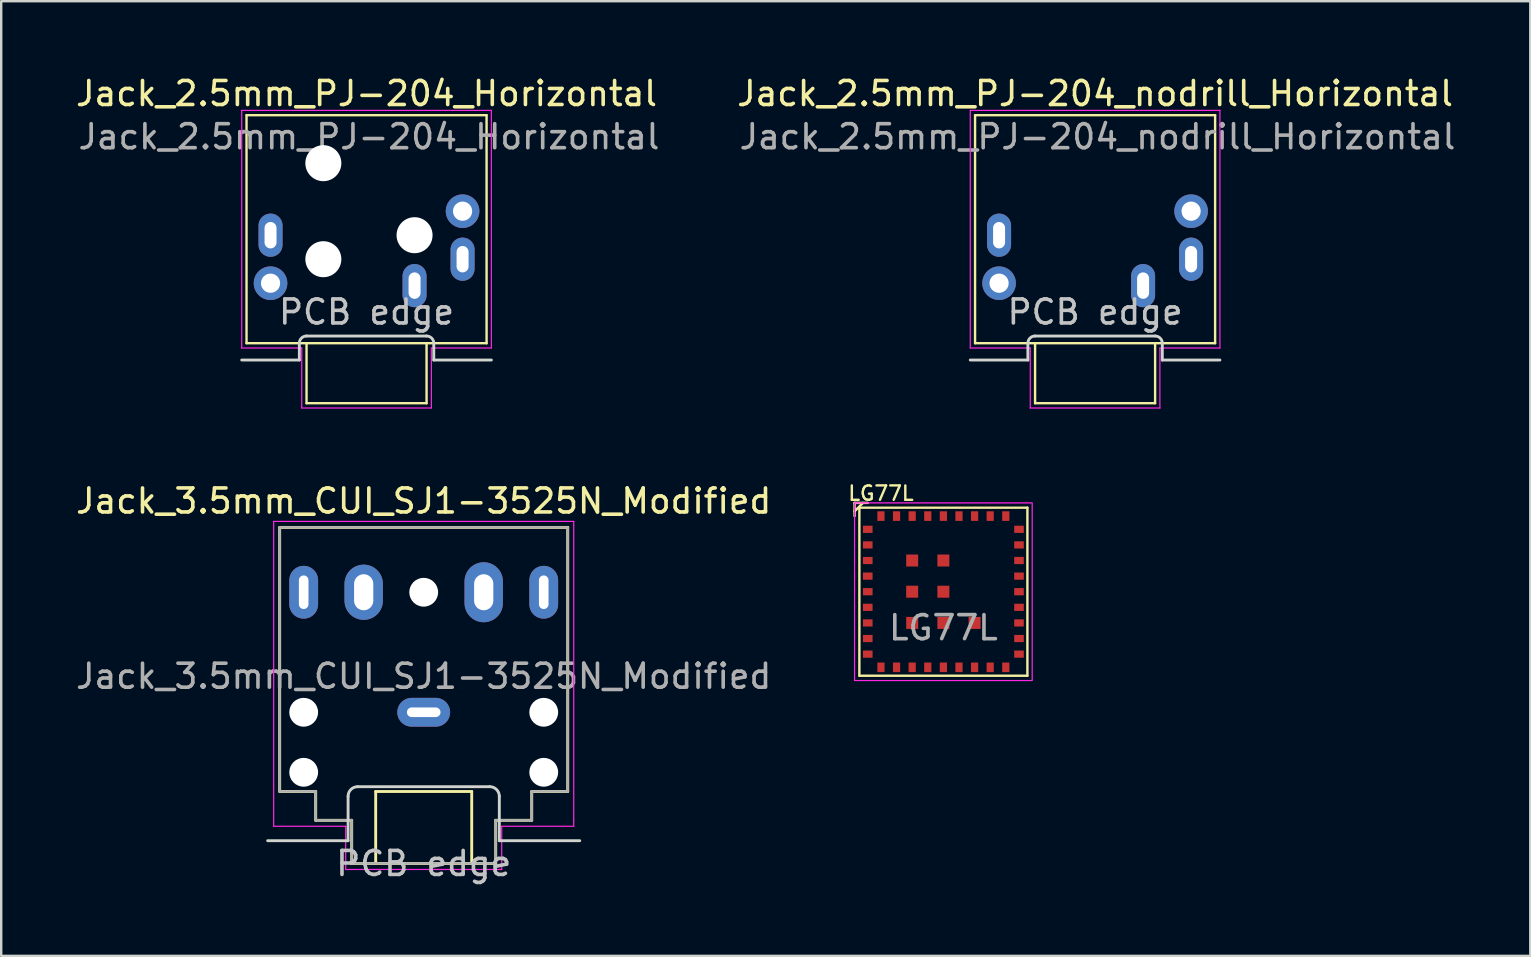
<source format=kicad_pcb>
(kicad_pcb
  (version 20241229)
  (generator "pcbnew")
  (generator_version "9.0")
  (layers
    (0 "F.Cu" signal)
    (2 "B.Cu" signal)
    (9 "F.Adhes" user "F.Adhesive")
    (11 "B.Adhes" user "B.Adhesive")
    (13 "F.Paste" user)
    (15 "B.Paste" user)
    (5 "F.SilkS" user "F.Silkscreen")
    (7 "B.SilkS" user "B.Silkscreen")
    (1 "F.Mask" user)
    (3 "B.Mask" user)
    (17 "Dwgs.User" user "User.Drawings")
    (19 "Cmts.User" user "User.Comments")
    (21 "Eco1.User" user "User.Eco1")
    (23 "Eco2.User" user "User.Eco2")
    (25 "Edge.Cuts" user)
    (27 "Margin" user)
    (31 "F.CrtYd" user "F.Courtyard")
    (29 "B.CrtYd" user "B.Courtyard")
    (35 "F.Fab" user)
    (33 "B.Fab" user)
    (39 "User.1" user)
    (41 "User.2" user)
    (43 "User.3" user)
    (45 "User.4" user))
  (footprint "LG77L"
    (layer "F.Cu")
    (at 36.25 21.6)
    (property "Reference" "LG77L" (at -2.6 -4.1 0) (unlocked yes) (layer "F.SilkS") (effects (font (size 0.6 0.6) (thickness 0.1))))
    (attr smd)
    (fp_line (start -3.7 -3.7) (end -3.15 -3.7) (stroke (width 0.1) (type solid)) (layer "F.SilkS"))
    (fp_line (start -3.7 -3.35) (end -3.35 -3.7) (stroke (width 0.1) (type solid)) (layer "F.SilkS"))
    (fp_line (start -3.7 -3.15) (end -3.7 -3.7) (stroke (width 0.1) (type solid)) (layer "F.SilkS"))
    (fp_line (start -3.5 -3.5) (end 3.5 -3.5) (stroke (width 0.1) (type solid)) (layer "F.SilkS"))
    (fp_line (start -3.5 3.5) (end -3.5 -3.5) (stroke (width 0.1) (type solid)) (layer "F.SilkS"))
    (fp_line (start -3.5 3.5) (end 3.5 3.5) (stroke (width 0.1) (type solid)) (layer "F.SilkS"))
    (fp_line (start 3.5 3.5) (end 3.5 -3.5) (stroke (width 0.1) (type solid)) (layer "F.SilkS"))
    (fp_rect (start -3.7 -3.7) (end 3.7 3.7) (stroke (width 0.05) (type default)) (fill no) (layer "F.CrtYd"))
    (fp_text user "${REFERENCE}" (at 0 1.5 0) (unlocked yes) (layer "F.Fab") (effects (font (size 1 1) (thickness 0.15))))
    (pad "1" smd rect (at -3.15 -2.6) (size 0.4 0.3) (layers "F.Cu" "F.Mask" "F.Paste"))
    (pad "2" smd rect (at -3.15 -1.95) (size 0.4 0.3) (layers "F.Cu" "F.Mask" "F.Paste"))
    (pad "3" smd rect (at -3.15 -1.3) (size 0.4 0.3) (layers "F.Cu" "F.Mask" "F.Paste"))
    (pad "4" smd rect (at -3.15 -0.65) (size 0.4 0.3) (layers "F.Cu" "F.Mask" "F.Paste"))
    (pad "5" smd rect (at -3.15 0) (size 0.4 0.3) (layers "F.Cu" "F.Mask" "F.Paste"))
    (pad "6" smd rect (at -3.15 0.65) (size 0.4 0.3) (layers "F.Cu" "F.Mask" "F.Paste"))
    (pad "7" smd rect (at -3.15 1.3) (size 0.4 0.3) (layers "F.Cu" "F.Mask" "F.Paste"))
    (pad "8" smd rect (at -3.15 1.95) (size 0.4 0.3) (layers "F.Cu" "F.Mask" "F.Paste"))
    (pad "9" smd rect (at -3.15 2.6) (size 0.4 0.3) (layers "F.Cu" "F.Mask" "F.Paste"))
    (pad "10" smd rect (at -2.6 3.15 90) (size 0.4 0.3) (layers "F.Cu" "F.Mask" "F.Paste"))
    (pad "11" smd rect (at -1.95 3.15 90) (size 0.4 0.3) (layers "F.Cu" "F.Mask" "F.Paste"))
    (pad "12" smd rect (at -1.3 3.15 90) (size 0.4 0.3) (layers "F.Cu" "F.Mask" "F.Paste"))
    (pad "13" smd rect (at -0.65 3.15 90) (size 0.4 0.3) (layers "F.Cu" "F.Mask" "F.Paste"))
    (pad "14" smd rect (at 0 3.15 90) (size 0.4 0.3) (layers "F.Cu" "F.Mask" "F.Paste"))
    (pad "15" smd rect (at 0.65 3.15 90) (size 0.4 0.3) (layers "F.Cu" "F.Mask" "F.Paste"))
    (pad "16" smd rect (at 1.3 3.15 90) (size 0.4 0.3) (layers "F.Cu" "F.Mask" "F.Paste"))
    (pad "17" smd rect (at 1.95 3.15 90) (size 0.4 0.3) (layers "F.Cu" "F.Mask" "F.Paste"))
    (pad "18" smd rect (at 2.6 3.15 90) (size 0.4 0.3) (layers "F.Cu" "F.Mask" "F.Paste"))
    (pad "19" smd rect (at 3.15 2.6) (size 0.4 0.3) (layers "F.Cu" "F.Mask" "F.Paste"))
    (pad "20" smd rect (at 3.15 1.95) (size 0.4 0.3) (layers "F.Cu" "F.Mask" "F.Paste"))
    (pad "21" smd rect (at 3.15 1.3) (size 0.4 0.3) (layers "F.Cu" "F.Mask" "F.Paste"))
    (pad "22" smd rect (at 3.15 0.65) (size 0.4 0.3) (layers "F.Cu" "F.Mask" "F.Paste"))
    (pad "23" smd rect (at 3.15 0) (size 0.4 0.3) (layers "F.Cu" "F.Mask" "F.Paste"))
    (pad "24" smd rect (at 3.15 -0.65) (size 0.4 0.3) (layers "F.Cu" "F.Mask" "F.Paste"))
    (pad "25" smd rect (at 3.15 -1.3) (size 0.4 0.3) (layers "F.Cu" "F.Mask" "F.Paste"))
    (pad "26" smd rect (at 3.15 -1.95) (size 0.4 0.3) (layers "F.Cu" "F.Mask" "F.Paste"))
    (pad "27" smd rect (at 3.15 -2.6) (size 0.4 0.3) (layers "F.Cu" "F.Mask" "F.Paste"))
    (pad "28" smd rect (at 2.6 -3.15 90) (size 0.4 0.3) (layers "F.Cu" "F.Mask" "F.Paste"))
    (pad "29" smd rect (at 1.95 -3.15 90) (size 0.4 0.3) (layers "F.Cu" "F.Mask" "F.Paste"))
    (pad "30" smd rect (at 1.3 -3.15 90) (size 0.4 0.3) (layers "F.Cu" "F.Mask" "F.Paste"))
    (pad "31" smd rect (at 0.65 -3.15 90) (size 0.4 0.3) (layers "F.Cu" "F.Mask" "F.Paste"))
    (pad "32" smd rect (at 0 -3.15 90) (size 0.4 0.3) (layers "F.Cu" "F.Mask" "F.Paste"))
    (pad "33" smd rect (at -0.65 -3.15 90) (size 0.4 0.3) (layers "F.Cu" "F.Mask" "F.Paste"))
    (pad "34" smd rect (at -1.3 -3.15 90) (size 0.4 0.3) (layers "F.Cu" "F.Mask" "F.Paste"))
    (pad "35" smd rect (at -1.95 -3.15 90) (size 0.4 0.3) (layers "F.Cu" "F.Mask" "F.Paste"))
    (pad "36" smd rect (at -2.6 -3.15 90) (size 0.4 0.3) (layers "F.Cu" "F.Mask" "F.Paste"))
    (pad "37" smd rect (at -1.3 -1.3) (size 0.5 0.5) (layers "F.Cu" "F.Mask" "F.Paste"))
    (pad "38" smd rect (at 0 -1.3) (size 0.5 0.5) (layers "F.Cu" "F.Mask" "F.Paste"))
    (pad "39" smd rect (at -1.3 0) (size 0.5 0.5) (layers "F.Cu" "F.Mask" "F.Paste"))
    (pad "40" smd rect (at 0 0) (size 0.5 0.5) (layers "F.Cu" "F.Mask" "F.Paste"))
    (pad "41" smd rect (at -1.3 1.3) (size 0.5 0.5) (layers "F.Cu" "F.Mask" "F.Paste"))
    (pad "42" smd rect (at 0 1.3) (size 0.5 0.5) (layers "F.Cu" "F.Mask" "F.Paste"))
    (pad "43" smd rect (at 1.3 1.3) (size 0.5 0.5) (layers "F.Cu" "F.Mask" "F.Paste")))
  (footprint "Jack_2.5mm_PJ-204_Horizontal"
    (layer "F.Cu")
    (at 12.22 1.748)
    (property "Reference" "Jack_2.5mm_PJ-204_Horizontal" (at 0 -0.9 0) (layer "F.SilkS") (effects (font (size 1 1) (thickness 0.15))))
    (attr through_hole)
    (fp_line (start -5 0) (end -5 9.5) (stroke (width 0.1) (type default)) (layer "F.SilkS"))
    (fp_line (start -5 0) (end 5 0) (stroke (width 0.1) (type default)) (layer "F.SilkS"))
    (fp_line (start -5 9.5) (end 5 9.5) (stroke (width 0.1) (type default)) (layer "F.SilkS"))
    (fp_line (start -2.5 9.5) (end -2.5 12) (stroke (width 0.1) (type default)) (layer "F.SilkS"))
    (fp_line (start -2.5 12) (end 2.5 12) (stroke (width 0.1) (type default)) (layer "F.SilkS"))
    (fp_line (start 2.5 12) (end 2.5 9.5) (stroke (width 0.1) (type default)) (layer "F.SilkS"))
    (fp_line (start 5 0) (end 5 9.5) (stroke (width 0.1) (type default)) (layer "F.SilkS"))
    (fp_line (start -5.2 10.2) (end -2.8 10.2) (stroke (width 0.12) (type solid)) (layer "Edge.Cuts"))
    (fp_line (start -2.8 9.5) (end -2.8 10.2) (stroke (width 0.12) (type solid)) (layer "Edge.Cuts"))
    (fp_line (start -2.5 9.2) (end 2.5 9.2) (stroke (width 0.12) (type solid)) (layer "Edge.Cuts"))
    (fp_line (start 2.8 9.5) (end 2.8 10.2) (stroke (width 0.12) (type solid)) (layer "Edge.Cuts"))
    (fp_line (start 2.8 10.2) (end 5.2 10.2) (stroke (width 0.12) (type solid)) (layer "Edge.Cuts"))
    (fp_arc (start -2.8 9.5) (mid -2.712132 9.287868) (end -2.5 9.2) (stroke (width 0.12) (type solid)) (layer "Edge.Cuts"))
    (fp_arc (start 2.5 9.2) (mid 2.712132 9.287868) (end 2.8 9.5) (stroke (width 0.12) (type solid)) (layer "Edge.Cuts"))
    (fp_line (start -5.2 -0.2) (end 5.2 -0.2) (stroke (width 0.05) (type default)) (layer "F.CrtYd"))
    (fp_line (start -5.2 9.7) (end -5.2 -0.2) (stroke (width 0.05) (type default)) (layer "F.CrtYd"))
    (fp_line (start -2.7 9.7) (end -5.2 9.7) (stroke (width 0.05) (type default)) (layer "F.CrtYd"))
    (fp_line (start -2.7 12.2) (end -2.7 9.7) (stroke (width 0.05) (type default)) (layer "F.CrtYd"))
    (fp_line (start 2.7 9.7) (end 2.7 12.2) (stroke (width 0.05) (type default)) (layer "F.CrtYd"))
    (fp_line (start 2.7 12.2) (end -2.7 12.2) (stroke (width 0.05) (type default)) (layer "F.CrtYd"))
    (fp_line (start 5.2 -0.2) (end 5.2 9.7) (stroke (width 0.05) (type default)) (layer "F.CrtYd"))
    (fp_line (start 5.2 9.7) (end 2.7 9.7) (stroke (width 0.05) (type default)) (layer "F.CrtYd"))
    (fp_text user "PCB edge" (at 0 8.2 0) (unlocked yes) (layer "Dwgs.User") (effects (font (size 1 1) (thickness 0.15))))
    (fp_text user "${REFERENCE}" (at 0.1 0.9 0) (layer "F.Fab") (effects (font (size 1 1) (thickness 0.15))))
    (pad "" np_thru_hole circle (at -1.8 2) (size 1.5 1.5) (drill 1.5) (layers "*.Cu" "*.Mask"))
    (pad "" np_thru_hole circle (at -1.8 6) (size 1.5 1.5) (drill 1.5) (layers "*.Cu" "*.Mask"))
    (pad "" np_thru_hole circle (at 2 5) (size 1.5 1.5) (drill 1.5) (layers "*.Cu" "*.Mask"))
    (pad "R" thru_hole oval (at -4 5 90) (size 1.8 1) (drill oval 1.1 0.5) (layers "*.Cu" "*.Mask"))
    (pad "RN" thru_hole circle (at -4 7) (size 1.4 1.4) (drill 0.8) (layers "*.Cu" "*.Mask"))
    (pad "S" thru_hole oval (at 2 7.1 90) (size 1.8 1) (drill oval 1.1 0.5) (layers "*.Cu" "*.Mask"))
    (pad "T" thru_hole oval (at 4 6 90) (size 1.8 1) (drill oval 1.1 0.5) (layers "*.Cu" "*.Mask"))
    (pad "TN" thru_hole circle (at 4 4) (size 1.4 1.4) (drill 0.8) (layers "*.Cu" "*.Mask")))
  (footprint "Jack_2.5mm_PJ-204_nodrill_Horizontal"
    (layer "F.Cu")
    (at 42.57 1.748)
    (property "Reference" "Jack_2.5mm_PJ-204_nodrill_Horizontal" (at 0 -0.9 0) (layer "F.SilkS") (effects (font (size 1 1) (thickness 0.15))))
    (attr through_hole)
    (fp_line (start -5 0) (end -5 9.5) (stroke (width 0.1) (type default)) (layer "F.SilkS"))
    (fp_line (start -5 0) (end 5 0) (stroke (width 0.1) (type default)) (layer "F.SilkS"))
    (fp_line (start -5 9.5) (end 5 9.5) (stroke (width 0.1) (type default)) (layer "F.SilkS"))
    (fp_line (start -2.5 9.5) (end -2.5 12) (stroke (width 0.1) (type default)) (layer "F.SilkS"))
    (fp_line (start -2.5 12) (end 2.5 12) (stroke (width 0.1) (type default)) (layer "F.SilkS"))
    (fp_line (start 2.5 12) (end 2.5 9.5) (stroke (width 0.1) (type default)) (layer "F.SilkS"))
    (fp_line (start 5 0) (end 5 9.5) (stroke (width 0.1) (type default)) (layer "F.SilkS"))
    (fp_line (start -5.2 10.2) (end -2.8 10.2) (stroke (width 0.12) (type solid)) (layer "Edge.Cuts"))
    (fp_line (start -2.8 9.5) (end -2.8 10.2) (stroke (width 0.12) (type solid)) (layer "Edge.Cuts"))
    (fp_line (start -2.5 9.2) (end 2.5 9.2) (stroke (width 0.12) (type solid)) (layer "Edge.Cuts"))
    (fp_line (start 2.8 9.5) (end 2.8 10.2) (stroke (width 0.12) (type solid)) (layer "Edge.Cuts"))
    (fp_line (start 2.8 10.2) (end 5.2 10.2) (stroke (width 0.12) (type solid)) (layer "Edge.Cuts"))
    (fp_arc (start -2.8 9.5) (mid -2.712132 9.287868) (end -2.5 9.2) (stroke (width 0.12) (type solid)) (layer "Edge.Cuts"))
    (fp_arc (start 2.5 9.2) (mid 2.712132 9.287868) (end 2.8 9.5) (stroke (width 0.12) (type solid)) (layer "Edge.Cuts"))
    (fp_line (start -5.2 -0.2) (end 5.2 -0.2) (stroke (width 0.05) (type default)) (layer "F.CrtYd"))
    (fp_line (start -5.2 9.7) (end -5.2 -0.2) (stroke (width 0.05) (type default)) (layer "F.CrtYd"))
    (fp_line (start -2.7 9.7) (end -5.2 9.7) (stroke (width 0.05) (type default)) (layer "F.CrtYd"))
    (fp_line (start -2.7 12.2) (end -2.7 9.7) (stroke (width 0.05) (type default)) (layer "F.CrtYd"))
    (fp_line (start 2.7 9.7) (end 2.7 12.2) (stroke (width 0.05) (type default)) (layer "F.CrtYd"))
    (fp_line (start 2.7 12.2) (end -2.7 12.2) (stroke (width 0.05) (type default)) (layer "F.CrtYd"))
    (fp_line (start 5.2 -0.2) (end 5.2 9.7) (stroke (width 0.05) (type default)) (layer "F.CrtYd"))
    (fp_line (start 5.2 9.7) (end 2.7 9.7) (stroke (width 0.05) (type default)) (layer "F.CrtYd"))
    (fp_text user "PCB edge" (at 0 8.2 0) (unlocked yes) (layer "Dwgs.User") (effects (font (size 1 1) (thickness 0.15))))
    (fp_text user "${REFERENCE}" (at 0.1 0.9 0) (layer "F.Fab") (effects (font (size 1 1) (thickness 0.15))))
    (pad "R" thru_hole oval (at -4 5 90) (size 1.8 1) (drill oval 1.1 0.5) (layers "*.Cu" "*.Mask"))
    (pad "RN" thru_hole circle (at -4 7) (size 1.4 1.4) (drill 0.8) (layers "*.Cu" "*.Mask"))
    (pad "S" thru_hole oval (at 2 7.1 90) (size 1.8 1) (drill oval 1.1 0.5) (layers "*.Cu" "*.Mask"))
    (pad "T" thru_hole oval (at 4 6 90) (size 1.8 1) (drill oval 1.1 0.5) (layers "*.Cu" "*.Mask"))
    (pad "TN" thru_hole circle (at 4 4) (size 1.4 1.4) (drill 0.8) (layers "*.Cu" "*.Mask")))
  (footprint "Jack_3.5mm_CUI_SJ1-3525N_Modified"
    (layer "F.Cu")
    (at 14.601 26.622)
    (property "Reference" "Jack_3.5mm_CUI_SJ1-3525N_Modified" (at 0 -8.8 0) (layer "F.SilkS") (effects (font (size 1 1) (thickness 0.15))))
    (attr through_hole exclude_from_pos_files exclude_from_bom)
    (fp_line (start -6 -7.7) (end 6 -7.7) (stroke (width 0.12) (type solid)) (layer "F.SilkS"))
    (fp_line (start -6 3.3) (end -6 -7.7) (stroke (width 0.12) (type solid)) (layer "F.SilkS"))
    (fp_line (start -4.5 3.3) (end -6 3.3) (stroke (width 0.12) (type solid)) (layer "F.SilkS"))
    (fp_line (start -4.5 4.5) (end -4.5 3.3) (stroke (width 0.12) (type solid)) (layer "F.SilkS"))
    (fp_line (start -3 4.5) (end -4.5 4.5) (stroke (width 0.12) (type solid)) (layer "F.SilkS"))
    (fp_line (start -3 6.3) (end -3 4.5) (stroke (width 0.12) (type solid)) (layer "F.SilkS"))
    (fp_line (start -2 3.3) (end -2 6.3) (stroke (width 0.12) (type solid)) (layer "F.SilkS"))
    (fp_line (start 2 3.3) (end -2 3.3) (stroke (width 0.12) (type solid)) (layer "F.SilkS"))
    (fp_line (start 2 6.3) (end 2 3.3) (stroke (width 0.12) (type solid)) (layer "F.SilkS"))
    (fp_line (start 3 4.5) (end 3 6.3) (stroke (width 0.12) (type solid)) (layer "F.SilkS"))
    (fp_line (start 3 6.3) (end -3 6.3) (stroke (width 0.12) (type solid)) (layer "F.SilkS"))
    (fp_line (start 4.5 3.3) (end 4.5 4.5) (stroke (width 0.12) (type solid)) (layer "F.SilkS"))
    (fp_line (start 4.5 4.5) (end 3 4.5) (stroke (width 0.12) (type solid)) (layer "F.SilkS"))
    (fp_line (start 6 -7.7) (end 6 3.3) (stroke (width 0.12) (type solid)) (layer "F.SilkS"))
    (fp_line (start 6 3.3) (end 4.5 3.3) (stroke (width 0.12) (type solid)) (layer "F.SilkS"))
    (fp_line (start -3.15 3.5) (end -3.15 5.35) (stroke (width 0.12) (type solid)) (layer "Edge.Cuts"))
    (fp_line (start -3.15 5.35) (end -6.5 5.35) (stroke (width 0.12) (type solid)) (layer "Edge.Cuts"))
    (fp_line (start 2.75 3.1) (end -2.75 3.1) (stroke (width 0.12) (type solid)) (layer "Edge.Cuts"))
    (fp_line (start 3.15 3.5) (end 3.15 5.35) (stroke (width 0.12) (type solid)) (layer "Edge.Cuts"))
    (fp_line (start 3.15 5.35) (end 6.5 5.35) (stroke (width 0.12) (type solid)) (layer "Edge.Cuts"))
    (fp_arc (start -3.15 3.5) (mid -3.032842 3.217158) (end -2.75 3.1) (stroke (width 0.12) (type solid)) (layer "Edge.Cuts"))
    (fp_arc (start 2.75 3.1) (mid 3.032843 3.217157) (end 3.15 3.5) (stroke (width 0.12) (type solid)) (layer "Edge.Cuts"))
    (fp_line (start -6.25 -7.95) (end -6.25 4.75) (stroke (width 0.05) (type solid)) (layer "F.CrtYd"))
    (fp_line (start -6.25 4.75) (end -3.25 4.75) (stroke (width 0.05) (type solid)) (layer "F.CrtYd"))
    (fp_line (start -3.25 4.75) (end -3.25 6.55) (stroke (width 0.05) (type solid)) (layer "F.CrtYd"))
    (fp_line (start -3.25 6.55) (end 3.25 6.55) (stroke (width 0.05) (type solid)) (layer "F.CrtYd"))
    (fp_line (start 3.25 4.75) (end 6.25 4.75) (stroke (width 0.05) (type solid)) (layer "F.CrtYd"))
    (fp_line (start 3.25 6.55) (end 3.25 4.75) (stroke (width 0.05) (type solid)) (layer "F.CrtYd"))
    (fp_line (start 6.25 -7.95) (end -6.25 -7.95) (stroke (width 0.05) (type solid)) (layer "F.CrtYd"))
    (fp_line (start 6.25 4.5) (end 6.25 -7.95) (stroke (width 0.05) (type solid)) (layer "F.CrtYd"))
    (fp_line (start 6.25 4.75) (end 6.25 4.5) (stroke (width 0.05) (type solid)) (layer "F.CrtYd"))
    (fp_line (start -6 -7.7) (end 6 -7.7) (stroke (width 0.1) (type solid)) (layer "F.Fab"))
    (fp_line (start -6 3.3) (end -6 -7.7) (stroke (width 0.1) (type solid)) (layer "F.Fab"))
    (fp_line (start -4.5 3.3) (end -6 3.3) (stroke (width 0.1) (type solid)) (layer "F.Fab"))
    (fp_line (start -4.5 4.5) (end -4.5 3.3) (stroke (width 0.1) (type solid)) (layer "F.Fab"))
    (fp_line (start -4.5 4.5) (end -3 4.5) (stroke (width 0.1) (type solid)) (layer "F.Fab"))
    (fp_line (start -3 4.5) (end -3 6.3) (stroke (width 0.1) (type solid)) (layer "F.Fab"))
    (fp_line (start -3 6.3) (end 3 6.3) (stroke (width 0.1) (type solid)) (layer "F.Fab"))
    (fp_line (start 3 4.5) (end 3 6.3) (stroke (width 0.1) (type solid)) (layer "F.Fab"))
    (fp_line (start 4.5 3.3) (end 6 3.3) (stroke (width 0.1) (type solid)) (layer "F.Fab"))
    (fp_line (start 4.5 4.5) (end 3 4.5) (stroke (width 0.1) (type solid)) (layer "F.Fab"))
    (fp_line (start 4.5 4.5) (end 4.5 3.3) (stroke (width 0.1) (type solid)) (layer "F.Fab"))
    (fp_line (start 6 3.3) (end 6 -7.7) (stroke (width 0.1) (type solid)) (layer "F.Fab"))
    (fp_text user "PCB edge" (at 0 6.3 0) (unlocked yes) (layer "Dwgs.User") (effects (font (size 1 1) (thickness 0.15))))
    (fp_text user "${REFERENCE}" (at 0 -1.5 0) (layer "F.Fab") (effects (font (size 1 1) (thickness 0.15))))
    (pad "" np_thru_hole circle (at -5 0) (size 1.2 1.2) (drill 1.2) (layers "*.Cu" "*.Mask"))
    (pad "" np_thru_hole circle (at -5 2.5) (size 1.2 1.2) (drill 1.2) (layers "*.Cu" "*.Mask"))
    (pad "" np_thru_hole circle (at 0 -5) (size 1.2 1.2) (drill 1.2) (layers "*.Cu" "*.Mask"))
    (pad "" np_thru_hole circle (at 5 0) (size 1.2 1.2) (drill 1.2) (layers "*.Cu" "*.Mask"))
    (pad "" np_thru_hole circle (at 5 2.5) (size 1.2 1.2) (drill 1.2) (layers "*.Cu" "*.Mask"))
    (pad "R" thru_hole oval (at -5 -5) (size 1.2 2.2) (drill oval 0.4 1.4) (layers "*.Cu" "*.Mask"))
    (pad "RN" thru_hole oval (at -2.5 -5) (size 1.6 2.3) (drill oval 0.8 1.5) (layers "*.Cu" "*.Mask"))
    (pad "S" thru_hole oval (at 0 0) (size 2.2 1.2) (drill oval 1.4 0.4) (layers "*.Cu" "*.Mask"))
    (pad "T" thru_hole oval (at 5 -5 180) (size 1.2 2.2) (drill oval 0.4 1.4) (layers "*.Cu" "*.Mask"))
    (pad "TN" thru_hole oval (at 2.5 -5 180) (size 1.6 2.5) (drill oval 0.8 1.5) (layers "*.Cu" "*.Mask")))
  (gr_rect
    (start -3 -3)
    (end 60.7 36.77)
    (stroke (width 0.1) (type default))
    (fill no)
    (layer "Edge.Cuts")))
</source>
